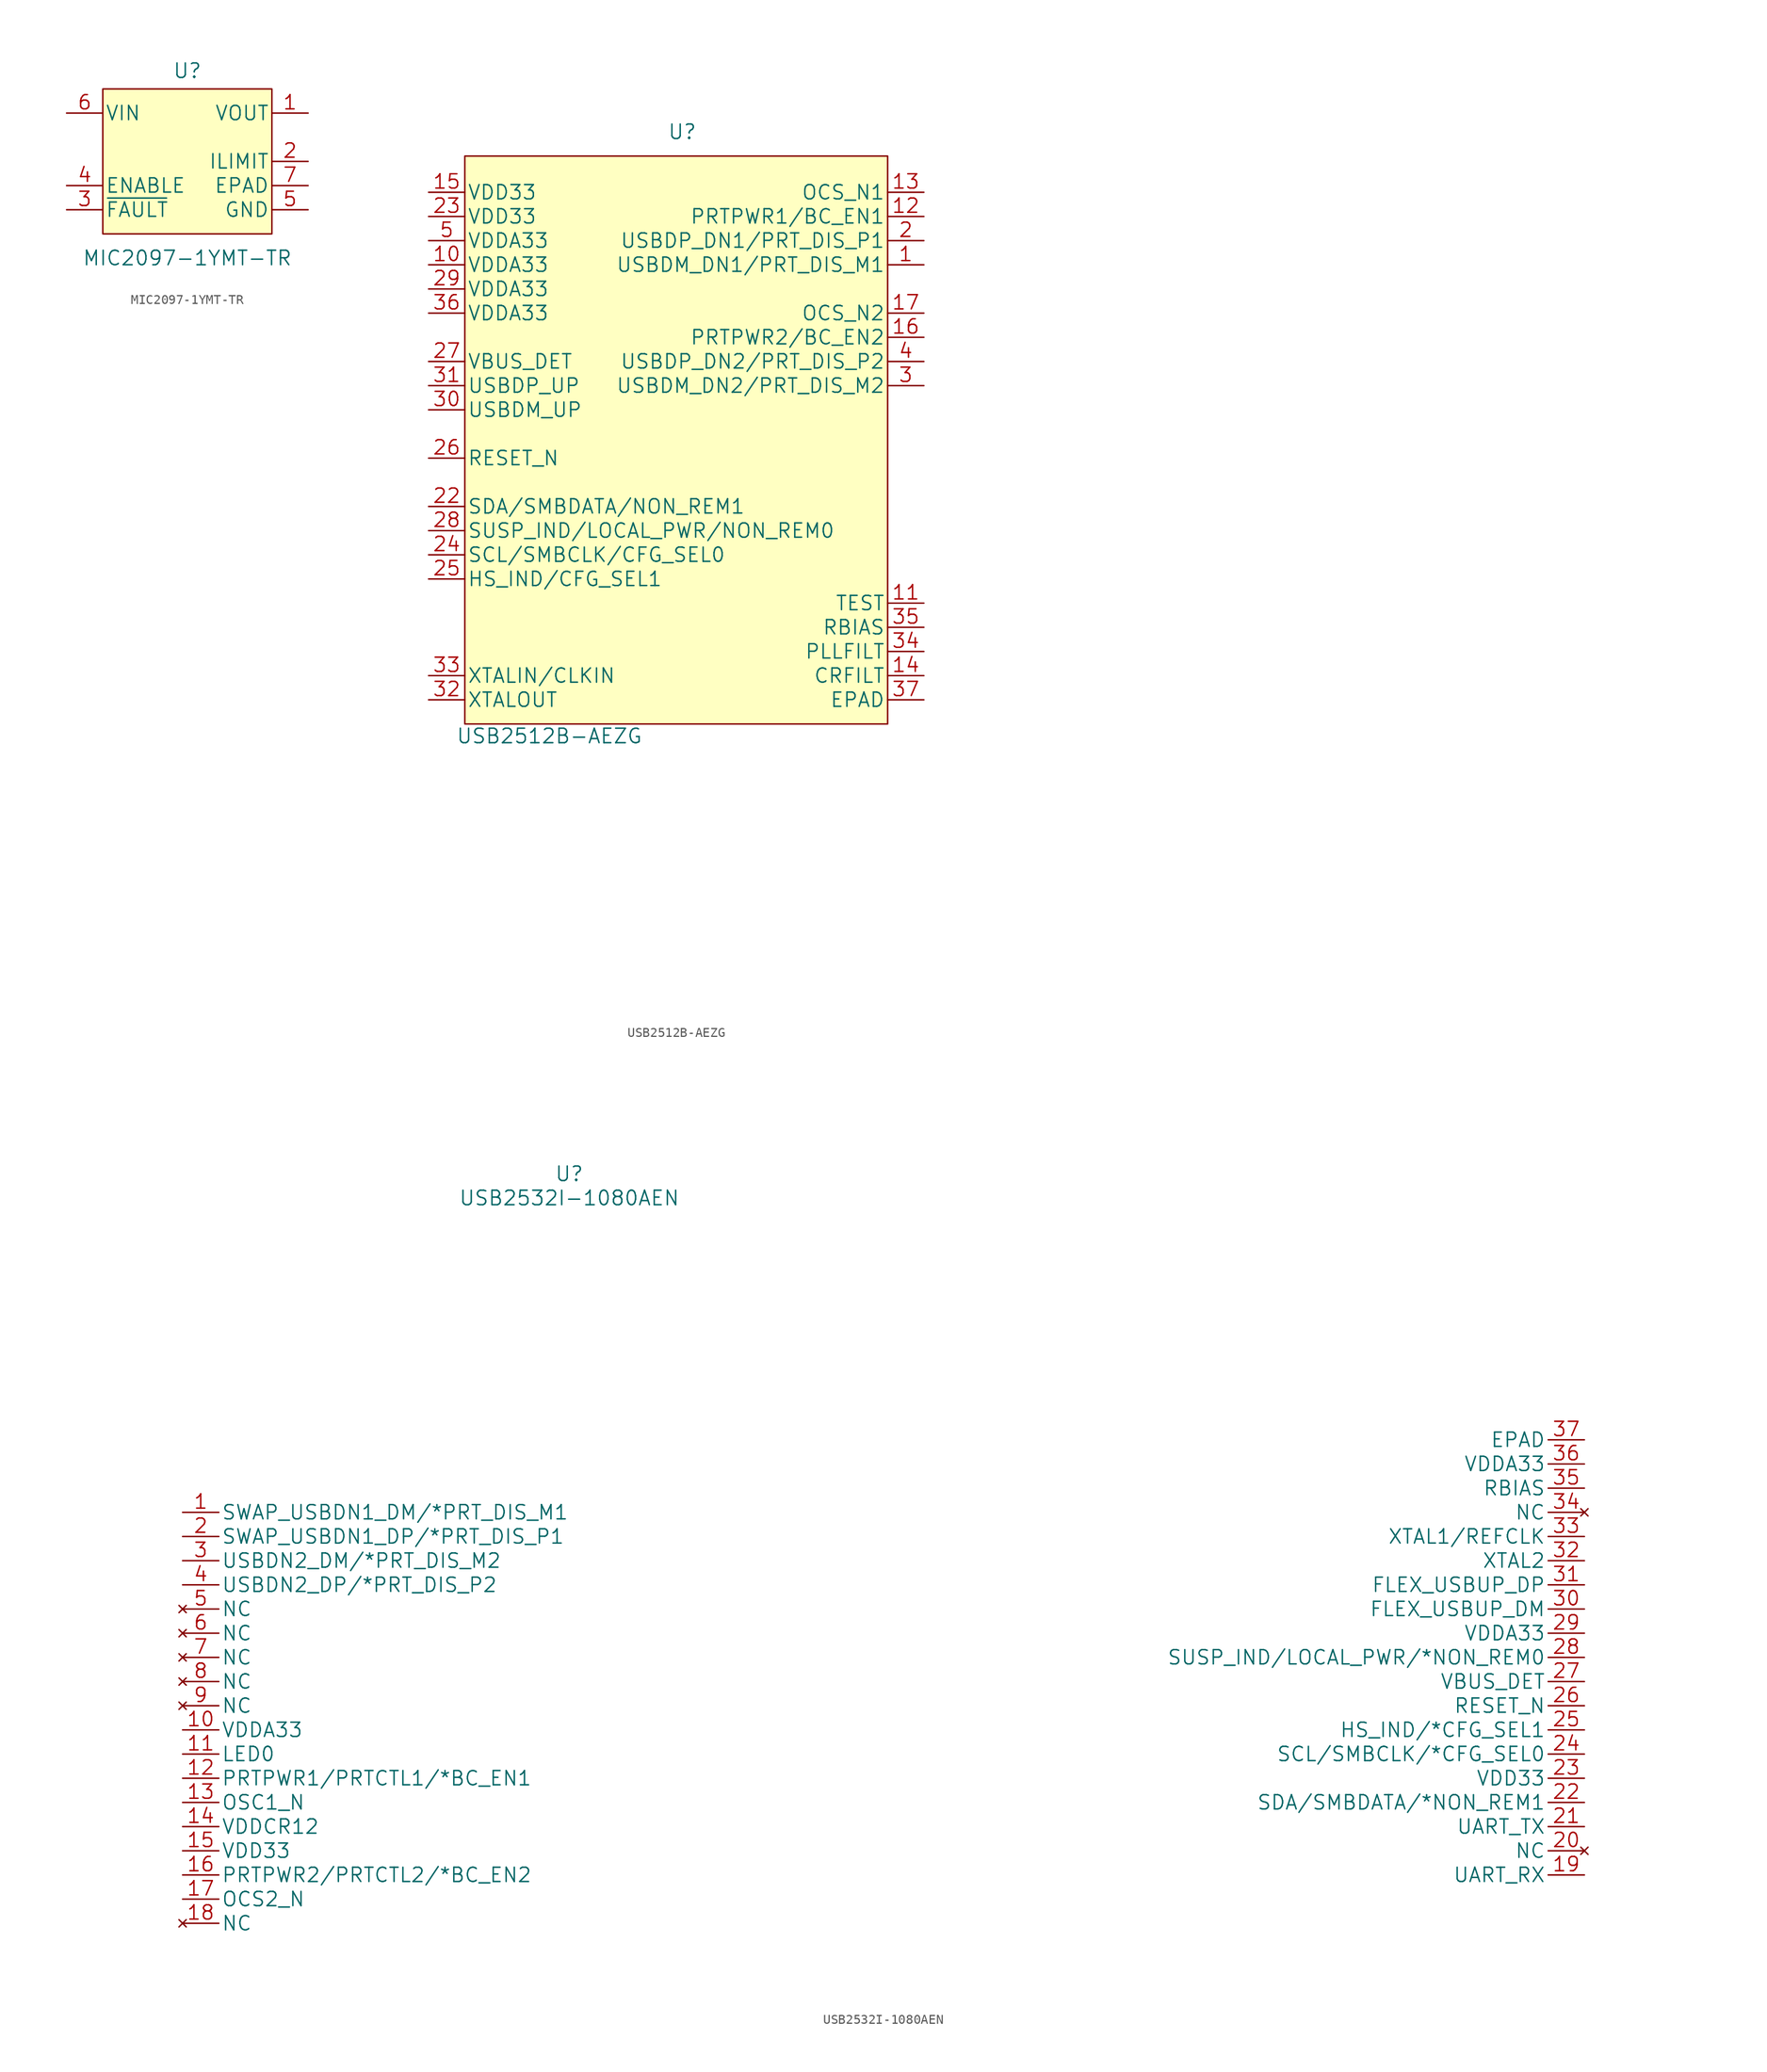
<source format=kicad_sym>
(kicad_symbol_lib
  (version 20220914)
  (generator kicad_symbol_editor)
  (symbol "MIC2097-1YMT-TR"
    (pin_names
      (offset 0.254))
    (property "Reference" "U"
      (at 0 9.525 0)
      (effects (font (size 1.524 1.524))))
    (property "Value" "MIC2097-1YMT-TR"
      (at 0 -10.16 0)
      (effects (font (size 1.524 1.524))))
    (symbol "MIC2097-1YMT-TR_1_1"
      (rectangle (start -8.89 7.62) (end 8.89 -7.62) (stroke (width 0) (type default)) (fill (type background)))
      (pin output line (at 12.7 5.08 180) (length 3.81) (name "VOUT" (effects (font (size 1.499 1.499)))) (number "1" (effects (font (size 1.499 1.499)))))
      (pin input line (at 12.7 0 180) (length 3.81) (name "ILIMIT" (effects (font (size 1.499 1.499)))) (number "2" (effects (font (size 1.499 1.499)))))
      (pin output line (at -12.7 -5.08 0) (length 3.81) (name "~{FAULT}" (effects (font (size 1.499 1.499)))) (number "3" (effects (font (size 1.499 1.499)))))
      (pin input line (at -12.7 -2.54 0) (length 3.81) (name "ENABLE" (effects (font (size 1.499 1.499)))) (number "4" (effects (font (size 1.499 1.499)))))
      (pin power_in line (at 12.7 -5.08 180) (length 3.81) (name "GND" (effects (font (size 1.499 1.499)))) (number "5" (effects (font (size 1.499 1.499)))))
      (pin input line (at -12.7 5.08 0) (length 3.81) (name "VIN" (effects (font (size 1.499 1.499)))) (number "6" (effects (font (size 1.499 1.499)))))
      (pin unspecified line (at 12.7 -2.54 180) (length 3.81) (name "EPAD" (effects (font (size 1.499 1.499)))) (number "7" (effects (font (size 1.499 1.499)))))))
  (symbol "USB2512B-AEZG"
    (pin_names
      (offset 0.254))
    (property "Reference" "U"
      (at 0 33.02 0)
      (effects (font (size 1.524 1.524))))
    (property "Value" "USB2512B-AEZG"
      (at -13.97 -30.48 0)
      (effects (font (size 1.524 1.524))))
    (symbol "USB2512B-AEZG_1_1"
      (rectangle (start -22.86 30.48) (end 21.59 -29.21) (stroke (width 0) (type default)) (fill (type background)))
      (pin bidirectional line (at 25.4 19.05 180) (length 3.81) (name "USBDM_DN1/PRT_DIS_M1" (effects (font (size 1.499 1.499)))) (number "1" (effects (font (size 1.499 1.499)))))
      (pin power_in line (at -26.67 19.05 0) (length 3.81) (name "VDDA33" (effects (font (size 1.499 1.499)))) (number "10" (effects (font (size 1.499 1.499)))))
      (pin passive line (at 25.4 -16.51 180) (length 3.81) (name "TEST" (effects (font (size 1.499 1.499)))) (number "11" (effects (font (size 1.499 1.499)))))
      (pin bidirectional line (at 25.4 24.13 180) (length 3.81) (name "PRTPWR1/BC_EN1" (effects (font (size 1.499 1.499)))) (number "12" (effects (font (size 1.499 1.499)))))
      (pin bidirectional line (at 25.4 26.67 180) (length 3.81) (name "OCS_N1" (effects (font (size 1.499 1.499)))) (number "13" (effects (font (size 1.499 1.499)))))
      (pin bidirectional line (at 25.4 -24.13 180) (length 3.81) (name "CRFILT" (effects (font (size 1.499 1.499)))) (number "14" (effects (font (size 1.499 1.499)))))
      (pin power_in line (at -26.67 26.67 0) (length 3.81) (name "VDD33" (effects (font (size 1.499 1.499)))) (number "15" (effects (font (size 1.499 1.499)))))
      (pin bidirectional line (at 25.4 11.43 180) (length 3.81) (name "PRTPWR2/BC_EN2" (effects (font (size 1.499 1.499)))) (number "16" (effects (font (size 1.499 1.499)))))
      (pin bidirectional line (at 25.4 13.97 180) (length 3.81) (name "OCS_N2" (effects (font (size 1.499 1.499)))) (number "17" (effects (font (size 1.499 1.499)))))
      (pin no_connect line (at -3.81 -52.07 0) (length 3.81) hide (name "NC" (effects (font (size 1.499 1.499)))) (number "18" (effects (font (size 1.499 1.499)))))
      (pin no_connect line (at -3.81 -36.83 0) (length 3.81) hide (name "NC" (effects (font (size 1.499 1.499)))) (number "19" (effects (font (size 1.499 1.499)))))
      (pin bidirectional line (at 25.4 21.59 180) (length 3.81) (name "USBDP_DN1/PRT_DIS_P1" (effects (font (size 1.499 1.499)))) (number "2" (effects (font (size 1.499 1.499)))))
      (pin no_connect line (at -3.81 -31.75 0) (length 3.81) hide (name "NC" (effects (font (size 1.499 1.499)))) (number "20" (effects (font (size 1.499 1.499)))))
      (pin no_connect line (at -3.81 -34.29 0) (length 3.81) hide (name "NC" (effects (font (size 1.499 1.499)))) (number "21" (effects (font (size 1.499 1.499)))))
      (pin bidirectional line (at -26.67 -6.35 0) (length 3.81) (name "SDA/SMBDATA/NON_REM1" (effects (font (size 1.499 1.499)))) (number "22" (effects (font (size 1.499 1.499)))))
      (pin power_in line (at -26.67 24.13 0) (length 3.81) (name "VDD33" (effects (font (size 1.499 1.499)))) (number "23" (effects (font (size 1.499 1.499)))))
      (pin bidirectional line (at -26.67 -11.43 0) (length 3.81) (name "SCL/SMBCLK/CFG_SEL0" (effects (font (size 1.499 1.499)))) (number "24" (effects (font (size 1.499 1.499)))))
      (pin bidirectional line (at -26.67 -13.97 0) (length 3.81) (name "HS_IND/CFG_SEL1" (effects (font (size 1.499 1.499)))) (number "25" (effects (font (size 1.499 1.499)))))
      (pin bidirectional line (at -26.67 -1.27 0) (length 3.81) (name "RESET_N" (effects (font (size 1.499 1.499)))) (number "26" (effects (font (size 1.499 1.499)))))
      (pin bidirectional line (at -26.67 8.89 0) (length 3.81) (name "VBUS_DET" (effects (font (size 1.499 1.499)))) (number "27" (effects (font (size 1.499 1.499)))))
      (pin bidirectional line (at -26.67 -8.89 0) (length 3.81) (name "SUSP_IND/LOCAL_PWR/NON_REM0" (effects (font (size 1.499 1.499)))) (number "28" (effects (font (size 1.499 1.499)))))
      (pin power_in line (at -26.67 16.51 0) (length 3.81) (name "VDDA33" (effects (font (size 1.499 1.499)))) (number "29" (effects (font (size 1.499 1.499)))))
      (pin bidirectional line (at 25.4 6.35 180) (length 3.81) (name "USBDM_DN2/PRT_DIS_M2" (effects (font (size 1.499 1.499)))) (number "3" (effects (font (size 1.499 1.499)))))
      (pin bidirectional line (at -26.67 3.81 0) (length 3.81) (name "USBDM_UP" (effects (font (size 1.499 1.499)))) (number "30" (effects (font (size 1.499 1.499)))))
      (pin bidirectional line (at -26.67 6.35 0) (length 3.81) (name "USBDP_UP" (effects (font (size 1.499 1.499)))) (number "31" (effects (font (size 1.499 1.499)))))
      (pin output line (at -26.67 -26.67 0) (length 3.81) (name "XTALOUT" (effects (font (size 1.499 1.499)))) (number "32" (effects (font (size 1.499 1.499)))))
      (pin input line (at -26.67 -24.13 0) (length 3.81) (name "XTALIN/CLKIN" (effects (font (size 1.499 1.499)))) (number "33" (effects (font (size 1.499 1.499)))))
      (pin bidirectional line (at 25.4 -21.59 180) (length 3.81) (name "PLLFILT" (effects (font (size 1.499 1.499)))) (number "34" (effects (font (size 1.499 1.499)))))
      (pin bidirectional line (at 25.4 -19.05 180) (length 3.81) (name "RBIAS" (effects (font (size 1.499 1.499)))) (number "35" (effects (font (size 1.499 1.499)))))
      (pin power_in line (at -26.67 13.97 0) (length 3.81) (name "VDDA33" (effects (font (size 1.499 1.499)))) (number "36" (effects (font (size 1.499 1.499)))))
      (pin unspecified line (at 25.4 -26.67 180) (length 3.81) (name "EPAD" (effects (font (size 1.499 1.499)))) (number "37" (effects (font (size 1.499 1.499)))))
      (pin bidirectional line (at 25.4 8.89 180) (length 3.81) (name "USBDP_DN2/PRT_DIS_P2" (effects (font (size 1.499 1.499)))) (number "4" (effects (font (size 1.499 1.499)))))
      (pin power_in line (at -26.67 21.59 0) (length 3.81) (name "VDDA33" (effects (font (size 1.499 1.499)))) (number "5" (effects (font (size 1.499 1.499)))))
      (pin no_connect line (at -3.81 -41.91 0) (length 3.81) hide (name "NC" (effects (font (size 1.499 1.499)))) (number "6" (effects (font (size 1.499 1.499)))))
      (pin no_connect line (at -3.81 -44.45 0) (length 3.81) hide (name "NC" (effects (font (size 1.499 1.499)))) (number "7" (effects (font (size 1.499 1.499)))))
      (pin no_connect line (at -3.81 -46.99 0) (length 3.81) hide (name "NC" (effects (font (size 1.499 1.499)))) (number "8" (effects (font (size 1.499 1.499)))))
      (pin no_connect line (at -3.81 -49.53 0) (length 3.81) hide (name "NC" (effects (font (size 1.499 1.499)))) (number "9" (effects (font (size 1.499 1.499)))))))
  (symbol "USB2532I-1080AEN"
    (pin_names
      (offset 0.254))
    (property "Reference" "U"
      (at 0 36.83 0)
      (effects (font (size 1.524 1.524))))
    (property "Value" "USB2532I-1080AEN"
      (at 0 34.29 0)
      (effects (font (size 1.524 1.524))))
    (property "Datasheet" ""
      (at -40.64 1.27 0)
      (effects (font (size 1.524 1.524))))
    (property "ki_locked" ""
      (at 0 0 0)
      (effects (font (size 1.27 1.27))))
    (symbol "USB2532I-1080AEN_1_1"
      (pin bidirectional line (at -40.64 1.27 0) (length 3.81) (name "SWAP_USBDN1_DM/*PRT_DIS_M1" (effects (font (size 1.499 1.499)))) (number "1" (effects (font (size 1.499 1.499)))))
      (pin power_in line (at -40.64 -21.59 0) (length 3.81) (name "VDDA33" (effects (font (size 1.499 1.499)))) (number "10" (effects (font (size 1.499 1.499)))))
      (pin bidirectional line (at -40.64 -24.13 0) (length 3.81) (name "LED0" (effects (font (size 1.499 1.499)))) (number "11" (effects (font (size 1.499 1.499)))))
      (pin bidirectional line (at -40.64 -26.67 0) (length 3.81) (name "PRTPWR1/PRTCTL1/*BC_EN1" (effects (font (size 1.499 1.499)))) (number "12" (effects (font (size 1.499 1.499)))))
      (pin bidirectional line (at -40.64 -29.21 0) (length 3.81) (name "OSC1_N" (effects (font (size 1.499 1.499)))) (number "13" (effects (font (size 1.499 1.499)))))
      (pin power_in line (at -40.64 -31.75 0) (length 3.81) (name "VDDCR12" (effects (font (size 1.499 1.499)))) (number "14" (effects (font (size 1.499 1.499)))))
      (pin power_in line (at -40.64 -34.29 0) (length 3.81) (name "VDD33" (effects (font (size 1.499 1.499)))) (number "15" (effects (font (size 1.499 1.499)))))
      (pin bidirectional line (at -40.64 -36.83 0) (length 3.81) (name "PRTPWR2/PRTCTL2/*BC_EN2" (effects (font (size 1.499 1.499)))) (number "16" (effects (font (size 1.499 1.499)))))
      (pin bidirectional line (at -40.64 -39.37 0) (length 3.81) (name "OCS2_N" (effects (font (size 1.499 1.499)))) (number "17" (effects (font (size 1.499 1.499)))))
      (pin no_connect line (at -40.64 -41.91 0) (length 3.81) (name "NC" (effects (font (size 1.499 1.499)))) (number "18" (effects (font (size 1.499 1.499)))))
      (pin bidirectional line (at 106.68 -36.83 180) (length 3.81) (name "UART_RX" (effects (font (size 1.499 1.499)))) (number "19" (effects (font (size 1.499 1.499)))))
      (pin bidirectional line (at -40.64 -1.27 0) (length 3.81) (name "SWAP_USBDN1_DP/*PRT_DIS_P1" (effects (font (size 1.499 1.499)))) (number "2" (effects (font (size 1.499 1.499)))))
      (pin no_connect line (at 106.68 -34.29 180) (length 3.81) (name "NC" (effects (font (size 1.499 1.499)))) (number "20" (effects (font (size 1.499 1.499)))))
      (pin bidirectional line (at 106.68 -31.75 180) (length 3.81) (name "UART_TX" (effects (font (size 1.499 1.499)))) (number "21" (effects (font (size 1.499 1.499)))))
      (pin bidirectional line (at 106.68 -29.21 180) (length 3.81) (name "SDA/SMBDATA/*NON_REM1" (effects (font (size 1.499 1.499)))) (number "22" (effects (font (size 1.499 1.499)))))
      (pin power_in line (at 106.68 -26.67 180) (length 3.81) (name "VDD33" (effects (font (size 1.499 1.499)))) (number "23" (effects (font (size 1.499 1.499)))))
      (pin bidirectional line (at 106.68 -24.13 180) (length 3.81) (name "SCL/SMBCLK/*CFG_SEL0" (effects (font (size 1.499 1.499)))) (number "24" (effects (font (size 1.499 1.499)))))
      (pin bidirectional line (at 106.68 -21.59 180) (length 3.81) (name "HS_IND/*CFG_SEL1" (effects (font (size 1.499 1.499)))) (number "25" (effects (font (size 1.499 1.499)))))
      (pin bidirectional line (at 106.68 -19.05 180) (length 3.81) (name "RESET_N" (effects (font (size 1.499 1.499)))) (number "26" (effects (font (size 1.499 1.499)))))
      (pin bidirectional line (at 106.68 -16.51 180) (length 3.81) (name "VBUS_DET" (effects (font (size 1.499 1.499)))) (number "27" (effects (font (size 1.499 1.499)))))
      (pin bidirectional line (at 106.68 -13.97 180) (length 3.81) (name "SUSP_IND/LOCAL_PWR/*NON_REM0" (effects (font (size 1.499 1.499)))) (number "28" (effects (font (size 1.499 1.499)))))
      (pin power_in line (at 106.68 -11.43 180) (length 3.81) (name "VDDA33" (effects (font (size 1.499 1.499)))) (number "29" (effects (font (size 1.499 1.499)))))
      (pin bidirectional line (at -40.64 -3.81 0) (length 3.81) (name "USBDN2_DM/*PRT_DIS_M2" (effects (font (size 1.499 1.499)))) (number "3" (effects (font (size 1.499 1.499)))))
      (pin bidirectional line (at 106.68 -8.89 180) (length 3.81) (name "FLEX_USBUP_DM" (effects (font (size 1.499 1.499)))) (number "30" (effects (font (size 1.499 1.499)))))
      (pin bidirectional line (at 106.68 -6.35 180) (length 3.81) (name "FLEX_USBUP_DP" (effects (font (size 1.499 1.499)))) (number "31" (effects (font (size 1.499 1.499)))))
      (pin bidirectional line (at 106.68 -3.81 180) (length 3.81) (name "XTAL2" (effects (font (size 1.499 1.499)))) (number "32" (effects (font (size 1.499 1.499)))))
      (pin bidirectional line (at 106.68 -1.27 180) (length 3.81) (name "XTAL1/REFCLK" (effects (font (size 1.499 1.499)))) (number "33" (effects (font (size 1.499 1.499)))))
      (pin no_connect line (at 106.68 1.27 180) (length 3.81) (name "NC" (effects (font (size 1.499 1.499)))) (number "34" (effects (font (size 1.499 1.499)))))
      (pin bidirectional line (at 106.68 3.81 180) (length 3.81) (name "RBIAS" (effects (font (size 1.499 1.499)))) (number "35" (effects (font (size 1.499 1.499)))))
      (pin power_in line (at 106.68 6.35 180) (length 3.81) (name "VDDA33" (effects (font (size 1.499 1.499)))) (number "36" (effects (font (size 1.499 1.499)))))
      (pin unspecified line (at 106.68 8.89 180) (length 3.81) (name "EPAD" (effects (font (size 1.499 1.499)))) (number "37" (effects (font (size 1.499 1.499)))))
      (pin bidirectional line (at -40.64 -6.35 0) (length 3.81) (name "USBDN2_DP/*PRT_DIS_P2" (effects (font (size 1.499 1.499)))) (number "4" (effects (font (size 1.499 1.499)))))
      (pin no_connect line (at -40.64 -8.89 0) (length 3.81) (name "NC" (effects (font (size 1.499 1.499)))) (number "5" (effects (font (size 1.499 1.499)))))
      (pin no_connect line (at -40.64 -11.43 0) (length 3.81) (name "NC" (effects (font (size 1.499 1.499)))) (number "6" (effects (font (size 1.499 1.499)))))
      (pin no_connect line (at -40.64 -13.97 0) (length 3.81) (name "NC" (effects (font (size 1.499 1.499)))) (number "7" (effects (font (size 1.499 1.499)))))
      (pin no_connect line (at -40.64 -16.51 0) (length 3.81) (name "NC" (effects (font (size 1.499 1.499)))) (number "8" (effects (font (size 1.499 1.499)))))
      (pin no_connect line (at -40.64 -19.05 0) (length 3.81) (name "NC" (effects (font (size 1.499 1.499)))) (number "9" (effects (font (size 1.499 1.499))))))))
</source>
